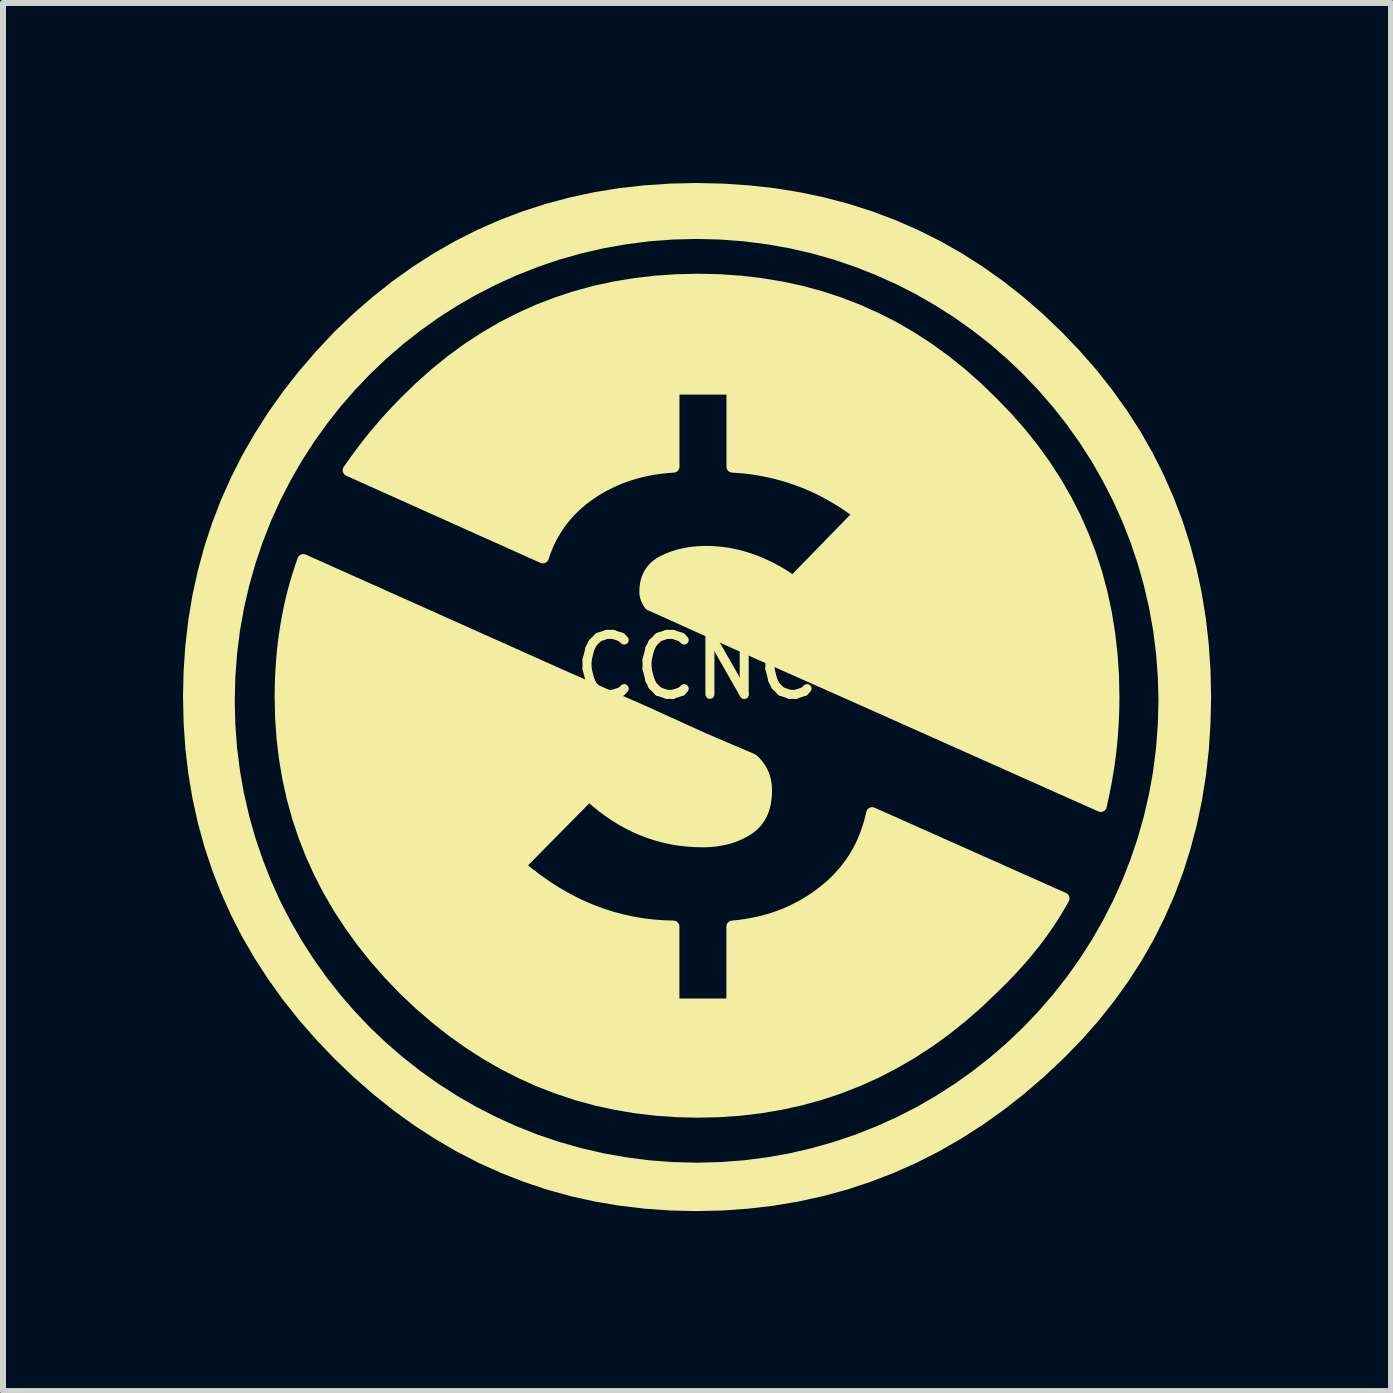
<source format=kicad_pcb>
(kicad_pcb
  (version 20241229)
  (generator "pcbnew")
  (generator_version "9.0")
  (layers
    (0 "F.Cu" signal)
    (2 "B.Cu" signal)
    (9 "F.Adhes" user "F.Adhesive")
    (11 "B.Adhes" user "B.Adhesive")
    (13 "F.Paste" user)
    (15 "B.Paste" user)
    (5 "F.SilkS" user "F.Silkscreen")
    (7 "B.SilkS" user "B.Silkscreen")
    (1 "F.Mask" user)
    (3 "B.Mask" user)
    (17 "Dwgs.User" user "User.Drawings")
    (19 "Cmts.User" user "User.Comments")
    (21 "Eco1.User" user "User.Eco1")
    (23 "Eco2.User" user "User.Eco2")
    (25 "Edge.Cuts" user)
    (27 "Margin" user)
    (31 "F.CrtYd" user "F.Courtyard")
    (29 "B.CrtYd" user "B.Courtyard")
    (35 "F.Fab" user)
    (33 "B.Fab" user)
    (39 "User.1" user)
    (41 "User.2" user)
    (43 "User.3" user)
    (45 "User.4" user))
  (footprint "CCNC"
    (layer "F.Cu")
    (at 8.567 8.567)
    (property "Reference" "CCNC" (at 0 -0.5 0) (unlocked yes) (layer "F.SilkS") (effects (font (size 1 1) (thickness 0.15))))
    (attr smd)
    (fp_poly (pts (xy 0.373 -6.947) (xy 0.723 -6.923) (xy 1.067 -6.883) (xy 1.404 -6.827) (xy 1.734 -6.756) (xy 2.057 -6.668) (xy 2.374 -6.564) (xy 2.683 -6.445) (xy 2.986 -6.309) (xy 3.282 -6.158) (xy 3.571 -5.99) (xy 3.853 -5.807) (xy 4.129 -5.607) (xy 4.397 -5.392) (xy 4.659 -5.161) (xy 4.914 -4.914) (xy 5.159 -4.661) (xy 5.389 -4.4) (xy 5.602 -4.133) (xy 5.8 -3.858) (xy 5.982 -3.576) (xy 6.148 -3.287) (xy 6.299 -2.991) (xy 6.433 -2.687) (xy 6.552 -2.377) (xy 6.655 -2.059) (xy 6.742 -1.733) (xy 6.813 -1.401) (xy 6.868 -1.062) (xy 6.908 -0.715) (xy 6.932 -0.361) (xy 6.939 0.000264) (xy 6.936 0.23) (xy 6.926 0.46) (xy 6.91 0.688) (xy 6.887 0.915) (xy 6.857 1.141) (xy 6.82 1.367) (xy 6.777 1.591) (xy 6.728 1.815) (xy 2.389 -0.121) (xy 1.028 -0.725) (xy 0.287 -1.058) (xy -0.786 -1.542) (xy -0.795 -1.555) (xy -0.804 -1.568) (xy -0.812 -1.582) (xy -0.819 -1.595) (xy -0.826 -1.608) (xy -0.832 -1.621) (xy -0.838 -1.635) (xy -0.843 -1.648) (xy -0.847 -1.661) (xy -0.851 -1.674) (xy -0.854 -1.687) (xy -0.857 -1.701) (xy -0.859 -1.714) (xy -0.86 -1.727) (xy -0.861 -1.74) (xy -0.861 -1.754) (xy -0.86 -1.798) (xy -0.859 -1.82) (xy -0.857 -1.841) (xy -0.854 -1.862) (xy -0.851 -1.882) (xy -0.847 -1.902) (xy -0.842 -1.922) (xy -0.837 -1.941) (xy -0.831 -1.96) (xy -0.825 -1.978) (xy -0.818 -1.996) (xy -0.81 -2.014) (xy -0.802 -2.031) (xy -0.793 -2.047) (xy -0.784 -2.064) (xy -0.774 -2.079) (xy -0.763 -2.095) (xy -0.752 -2.11) (xy -0.74 -2.125) (xy -0.728 -2.139) (xy -0.715 -2.153) (xy -0.701 -2.166) (xy -0.687 -2.179) (xy -0.672 -2.191) (xy -0.657 -2.204) (xy -0.641 -2.215) (xy -0.624 -2.227) (xy -0.607 -2.238) (xy -0.589 -2.248) (xy -0.57 -2.258) (xy -0.551 -2.268) (xy -0.512 -2.286) (xy -0.473 -2.303) (xy -0.432 -2.319) (xy -0.391 -2.334) (xy -0.35 -2.347) (xy -0.307 -2.36) (xy -0.265 -2.371) (xy -0.221 -2.381) (xy -0.177 -2.39) (xy -0.132 -2.398) (xy -0.086 -2.404) (xy -0.04 -2.409) (xy 0.007 -2.413) (xy 0.054 -2.416) (xy 0.103 -2.418) (xy 0.151 -2.419) (xy 0.244 -2.417) (xy 0.336 -2.411) (xy 0.428 -2.401) (xy 0.52 -2.388) (xy 0.611 -2.37) (xy 0.703 -2.349) (xy 0.794 -2.323) (xy 0.884 -2.294) (xy 0.975 -2.261) (xy 1.065 -2.224) (xy 1.155 -2.183) (xy 1.245 -2.138) (xy 1.335 -2.09) (xy 1.425 -2.037) (xy 1.514 -1.98) (xy 1.603 -1.92) (xy 2.707 -3.054) (xy 2.587 -3.142) (xy 2.465 -3.225) (xy 2.342 -3.303) (xy 2.217 -3.375) (xy 2.091 -3.443) (xy 1.963 -3.505) (xy 1.833 -3.562) (xy 1.701 -3.613) (xy 1.568 -3.66) (xy 1.433 -3.701) (xy 1.297 -3.737) (xy 1.159 -3.768) (xy 1.019 -3.794) (xy 0.878 -3.815) (xy 0.735 -3.83) (xy 0.59 -3.84) (xy 0.59 -5.141) (xy -0.393 -5.141) (xy -0.393 -3.84) (xy -0.49 -3.833) (xy -0.586 -3.823) (xy -0.681 -3.811) (xy -0.774 -3.795) (xy -0.865 -3.777) (xy -0.955 -3.756) (xy -1.043 -3.732) (xy -1.13 -3.706) (xy -1.215 -3.677) (xy -1.299 -3.645) (xy -1.381 -3.61) (xy -1.462 -3.572) (xy -1.541 -3.532) (xy -1.618 -3.489) (xy -1.694 -3.443) (xy -1.769 -3.394) (xy -1.841 -3.343) (xy -1.91 -3.29) (xy -1.977 -3.235) (xy -2.04 -3.177) (xy -2.101 -3.118) (xy -2.158 -3.056) (xy -2.213 -2.993) (xy -2.264 -2.927) (xy -2.313 -2.86) (xy -2.358 -2.79) (xy -2.401 -2.718) (xy -2.441 -2.644) (xy -2.478 -2.568) (xy -2.511 -2.49) (xy -2.542 -2.41) (xy -2.57 -2.328) (xy -5.806 -3.78) (xy -5.695 -3.936) (xy -5.583 -4.089) (xy -5.469 -4.237) (xy -5.352 -4.381) (xy -5.234 -4.52) (xy -5.114 -4.656) (xy -4.992 -4.787) (xy -4.868 -4.914) (xy -4.615 -5.161) (xy -4.355 -5.392) (xy -4.089 -5.607) (xy -3.815 -5.807) (xy -3.534 -5.99) (xy -3.246 -6.158) (xy -2.951 -6.309) (xy -2.65 -6.445) (xy -2.341 -6.564) (xy -2.025 -6.668) (xy -1.703 -6.756) (xy -1.373 -6.827) (xy -1.036 -6.883) (xy -0.693 -6.923) (xy -0.342 -6.947) (xy 0.015 -6.955)) (stroke (width 0.2) (type solid)) (fill yes) (layer "F.SilkS"))
    (fp_poly (pts (xy -2.238 -0.348) (xy -0.892 0.241) (xy 0.106 0.695) (xy 0.922 1.043) (xy 0.95 1.068) (xy 0.975 1.094) (xy 0.999 1.121) (xy 1.021 1.149) (xy 1.042 1.178) (xy 1.06 1.207) (xy 1.077 1.238) (xy 1.092 1.27) (xy 1.106 1.302) (xy 1.117 1.336) (xy 1.127 1.37) (xy 1.135 1.406) (xy 1.141 1.442) (xy 1.146 1.48) (xy 1.148 1.518) (xy 1.149 1.557) (xy 1.148 1.613) (xy 1.144 1.667) (xy 1.138 1.718) (xy 1.13 1.768) (xy 1.124 1.792) (xy 1.119 1.816) (xy 1.112 1.839) (xy 1.105 1.861) (xy 1.098 1.884) (xy 1.09 1.905) (xy 1.081 1.926) (xy 1.071 1.947) (xy 1.061 1.967) (xy 1.051 1.986) (xy 1.04 2.005) (xy 1.028 2.024) (xy 1.015 2.042) (xy 1.002 2.059) (xy 0.989 2.077) (xy 0.975 2.093) (xy 0.96 2.109) (xy 0.944 2.125) (xy 0.928 2.14) (xy 0.912 2.154) (xy 0.894 2.168) (xy 0.876 2.182) (xy 0.858 2.195) (xy 0.839 2.207) (xy 0.8 2.231) (xy 0.759 2.253) (xy 0.718 2.274) (xy 0.676 2.293) (xy 0.632 2.311) (xy 0.588 2.327) (xy 0.543 2.342) (xy 0.497 2.355) (xy 0.449 2.366) (xy 0.401 2.376) (xy 0.352 2.385) (xy 0.301 2.392) (xy 0.25 2.397) (xy 0.198 2.401) (xy 0.144 2.403) (xy 0.09 2.404) (xy -0.041 2.401) (xy -0.171 2.392) (xy -0.299 2.377) (xy -0.425 2.356) (xy -0.549 2.328) (xy -0.672 2.295) (xy -0.793 2.256) (xy -0.912 2.211) (xy -1.029 2.16) (xy -1.144 2.103) (xy -1.258 2.039) (xy -1.37 1.97) (xy -1.48 1.895) (xy -1.588 1.814) (xy -1.695 1.726) (xy -1.8 1.633) (xy -2.964 2.812) (xy -2.817 2.933) (xy -2.669 3.046) (xy -2.519 3.152) (xy -2.367 3.25) (xy -2.213 3.34) (xy -2.057 3.423) (xy -1.899 3.497) (xy -1.739 3.565) (xy -1.578 3.624) (xy -1.414 3.676) (xy -1.249 3.72) (xy -1.082 3.756) (xy -0.913 3.785) (xy -0.741 3.806) (xy -0.569 3.819) (xy -0.394 3.825) (xy -0.394 5.125) (xy 0.589 5.125) (xy 0.589 3.825) (xy 0.698 3.814) (xy 0.804 3.799) (xy 0.909 3.781) (xy 1.013 3.76) (xy 1.114 3.736) (xy 1.214 3.708) (xy 1.311 3.676) (xy 1.407 3.642) (xy 1.501 3.604) (xy 1.593 3.562) (xy 1.684 3.517) (xy 1.772 3.469) (xy 1.859 3.418) (xy 1.944 3.363) (xy 2.027 3.304) (xy 2.109 3.243) (xy 2.187 3.178) (xy 2.262 3.112) (xy 2.333 3.043) (xy 2.4 2.971) (xy 2.464 2.898) (xy 2.523 2.822) (xy 2.58 2.743) (xy 2.632 2.663) (xy 2.681 2.58) (xy 2.726 2.495) (xy 2.767 2.407) (xy 2.804 2.318) (xy 2.838 2.225) (xy 2.868 2.131) (xy 2.895 2.034) (xy 2.918 1.935) (xy 6.107 3.356) (xy 6.053 3.452) (xy 5.997 3.548) (xy 5.938 3.644) (xy 5.876 3.738) (xy 5.812 3.833) (xy 5.745 3.926) (xy 5.677 4.02) (xy 5.605 4.113) (xy 5.531 4.205) (xy 5.455 4.297) (xy 5.376 4.388) (xy 5.294 4.479) (xy 5.21 4.57) (xy 5.124 4.66) (xy 5.035 4.749) (xy 4.944 4.838) (xy 4.682 5.089) (xy 4.413 5.324) (xy 4.139 5.543) (xy 3.859 5.745) (xy 3.572 5.931) (xy 3.279 6.101) (xy 2.981 6.255) (xy 2.676 6.392) (xy 2.364 6.514) (xy 2.047 6.619) (xy 1.724 6.708) (xy 1.394 6.78) (xy 1.059 6.837) (xy 0.717 6.878) (xy 0.369 6.902) (xy 0.015 6.91) (xy -0.336 6.902) (xy -0.68 6.878) (xy -1.019 6.838) (xy -1.352 6.782) (xy -1.679 6.711) (xy -1.999 6.623) (xy -2.314 6.519) (xy -2.624 6.4) (xy -2.927 6.264) (xy -3.224 6.113) (xy -3.516 5.945) (xy -3.801 5.762) (xy -4.081 5.562) (xy -4.354 5.347) (xy -4.622 5.116) (xy -4.884 4.869) (xy -5.133 4.609) (xy -5.366 4.343) (xy -5.583 4.071) (xy -5.783 3.793) (xy -5.968 3.51) (xy -6.137 3.22) (xy -6.289 2.925) (xy -6.426 2.624) (xy -6.546 2.316) (xy -6.651 2.003) (xy -6.739 1.684) (xy -6.811 1.359) (xy -6.867 1.028) (xy -6.908 0.692) (xy -6.932 0.349) (xy -6.94 0.000264) (xy -6.938 -0.154) (xy -6.934 -0.307) (xy -6.926 -0.458) (xy -6.916 -0.607) (xy -6.903 -0.755) (xy -6.887 -0.902) (xy -6.867 -1.047) (xy -6.845 -1.19) (xy -6.82 -1.332) (xy -6.792 -1.473) (xy -6.761 -1.612) (xy -6.727 -1.749) (xy -6.69 -1.885) (xy -6.65 -2.019) (xy -6.607 -2.152) (xy -6.562 -2.283)) (stroke (width 0.2) (type solid)) (fill yes) (layer "F.SilkS"))
    (fp_poly (pts (xy 0.426 -8.457) (xy 0.859 -8.428) (xy 1.283 -8.381) (xy 1.699 -8.314) (xy 2.105 -8.228) (xy 2.503 -8.122) (xy 2.893 -7.998) (xy 3.273 -7.854) (xy 3.645 -7.692) (xy 4.008 -7.51) (xy 4.362 -7.309) (xy 4.707 -7.089) (xy 5.044 -6.85) (xy 5.372 -6.592) (xy 5.692 -6.314) (xy 6.002 -6.018) (xy 6.3 -5.707) (xy 6.58 -5.388) (xy 6.839 -5.06) (xy 7.08 -4.723) (xy 7.302 -4.378) (xy 7.504 -4.023) (xy 7.687 -3.66) (xy 7.85 -3.289) (xy 7.995 -2.908) (xy 8.12 -2.519) (xy 8.226 -2.121) (xy 8.313 -1.714) (xy 8.38 -1.299) (xy 8.428 -0.875) (xy 8.457 -0.442) (xy 8.467 0) (xy 8.457 0.441) (xy 8.429 0.873) (xy 8.382 1.296) (xy 8.315 1.71) (xy 8.23 2.114) (xy 8.126 2.508) (xy 8.004 2.894) (xy 7.862 3.27) (xy 7.701 3.636) (xy 7.522 3.994) (xy 7.323 4.342) (xy 7.106 4.68) (xy 6.869 5.01) (xy 6.614 5.33) (xy 6.34 5.641) (xy 6.047 5.942) (xy 5.722 6.248) (xy 5.39 6.534) (xy 5.051 6.8) (xy 4.704 7.047) (xy 4.351 7.273) (xy 3.99 7.481) (xy 3.622 7.668) (xy 3.246 7.836) (xy 2.864 7.983) (xy 2.474 8.112) (xy 2.077 8.22) (xy 1.673 8.309) (xy 1.262 8.378) (xy 0.843 8.427) (xy 0.418 8.457) (xy -0.015 8.467) (xy -0.443 8.457) (xy -0.863 8.427) (xy -1.275 8.378) (xy -1.68 8.31) (xy -2.078 8.222) (xy -2.469 8.114) (xy -2.852 7.986) (xy -3.228 7.839) (xy -3.597 7.673) (xy -3.958 7.486) (xy -4.312 7.28) (xy -4.659 7.055) (xy -4.998 6.81) (xy -5.33 6.545) (xy -5.655 6.261) (xy -5.972 5.957) (xy -6.274 5.641) (xy -6.557 5.318) (xy -6.82 4.987) (xy -7.063 4.649) (xy -7.287 4.303) (xy -7.492 3.95) (xy -7.677 3.589) (xy -7.843 3.22) (xy -7.989 2.844) (xy -8.116 2.461) (xy -8.223 2.07) (xy -8.311 1.671) (xy -8.379 1.264) (xy -8.428 0.851) (xy -8.457 0.429) (xy -8.465 0.062) (xy -7.805 0.062) (xy -7.795 0.464) (xy -7.765 0.86) (xy -7.716 1.25) (xy -7.647 1.634) (xy -7.56 2.011) (xy -7.455 2.381) (xy -7.332 2.743) (xy -7.193 3.098) (xy -7.037 3.443) (xy -6.864 3.779) (xy -6.677 4.106) (xy -6.474 4.422) (xy -6.256 4.728) (xy -6.025 5.022) (xy -5.78 5.305) (xy -5.522 5.576) (xy -5.251 5.834) (xy -4.968 6.079) (xy -4.673 6.311) (xy -4.368 6.528) (xy -4.051 6.731) (xy -3.725 6.919) (xy -3.388 7.091) (xy -3.043 7.247) (xy -2.689 7.387) (xy -2.327 7.509) (xy -1.957 7.614) (xy -1.579 7.702) (xy -1.195 7.77) (xy -0.805 7.82) (xy -0.409 7.85) (xy -0.008 7.86) (xy 0.393 7.85) (xy 0.789 7.82) (xy 1.18 7.77) (xy 1.564 7.702) (xy 1.941 7.614) (xy 2.311 7.509) (xy 2.673 7.387) (xy 3.027 7.247) (xy 3.373 7.091) (xy 3.709 6.919) (xy 4.035 6.731) (xy 4.352 6.528) (xy 4.657 6.311) (xy 4.952 6.079) (xy 5.235 5.834) (xy 5.506 5.576) (xy 5.764 5.305) (xy 6.009 5.022) (xy 6.241 4.728) (xy 6.458 4.422) (xy 6.661 4.106) (xy 6.848 3.779) (xy 7.021 3.443) (xy 7.177 3.098) (xy 7.316 2.743) (xy 7.439 2.381) (xy 7.544 2.011) (xy 7.631 1.634) (xy 7.7 1.25) (xy 7.749 0.86) (xy 7.779 0.464) (xy 7.79 0.062) (xy 7.779 -0.339) (xy 7.749 -0.735) (xy 7.7 -1.125) (xy 7.631 -1.509) (xy 7.544 -1.886) (xy 7.439 -2.256) (xy 7.316 -2.619) (xy 7.177 -2.973) (xy 7.021 -3.318) (xy 6.848 -3.654) (xy 6.661 -3.981) (xy 6.458 -4.297) (xy 6.241 -4.603) (xy 6.009 -4.898) (xy 5.764 -5.18) (xy 5.506 -5.451) (xy 5.235 -5.709) (xy 4.952 -5.955) (xy 4.657 -6.186) (xy 4.352 -6.403) (xy 4.035 -6.606) (xy 3.709 -6.794) (xy 3.373 -6.966) (xy 3.027 -7.122) (xy 2.673 -7.262) (xy 2.311 -7.385) (xy 1.941 -7.49) (xy 1.564 -7.577) (xy 1.18 -7.645) (xy 0.789 -7.695) (xy 0.393 -7.725) (xy -0.008 -7.735) (xy -0.409 -7.725) (xy -0.805 -7.695) (xy -1.195 -7.645) (xy -1.579 -7.577) (xy -1.957 -7.49) (xy -2.327 -7.385) (xy -2.689 -7.262) (xy -3.043 -7.122) (xy -3.388 -6.966) (xy -3.725 -6.794) (xy -4.051 -6.606) (xy -4.368 -6.403) (xy -4.673 -6.186) (xy -4.968 -5.955) (xy -5.251 -5.709) (xy -5.522 -5.451) (xy -5.78 -5.18) (xy -6.025 -4.898) (xy -6.256 -4.603) (xy -6.474 -4.297) (xy -6.677 -3.981) (xy -6.864 -3.654) (xy -7.037 -3.318) (xy -7.193 -2.973) (xy -7.332 -2.619) (xy -7.455 -2.256) (xy -7.56 -1.886) (xy -7.647 -1.509) (xy -7.716 -1.125) (xy -7.765 -0.735) (xy -7.795 -0.339) (xy -7.805 0.062) (xy -8.465 0.062) (xy -8.467 0) (xy -8.457 -0.431) (xy -8.428 -0.855) (xy -8.379 -1.271) (xy -8.311 -1.68) (xy -8.223 -2.082) (xy -8.116 -2.476) (xy -7.989 -2.863) (xy -7.843 -3.243) (xy -7.677 -3.615) (xy -7.492 -3.981) (xy -7.287 -4.338) (xy -7.063 -4.689) (xy -6.82 -5.032) (xy -6.557 -5.368) (xy -6.274 -5.696) (xy -5.972 -6.017) (xy -5.662 -6.314) (xy -5.343 -6.591) (xy -5.016 -6.85) (xy -4.681 -7.089) (xy -4.338 -7.309) (xy -3.986 -7.51) (xy -3.626 -7.692) (xy -3.258 -7.854) (xy -2.882 -7.998) (xy -2.497 -8.122) (xy -2.104 -8.227) (xy -1.703 -8.314) (xy -1.293 -8.381) (xy -0.876 -8.428) (xy -0.45 -8.457) (xy -0.015 -8.467)) (stroke (width 0.2) (type solid)) (fill yes) (layer "F.SilkS")))
  (gr_rect
    (start -3 -3)
    (end 20.133 20.133)
    (stroke (width 0.1) (type default))
    (fill no)
    (layer "Edge.Cuts")))
</source>
